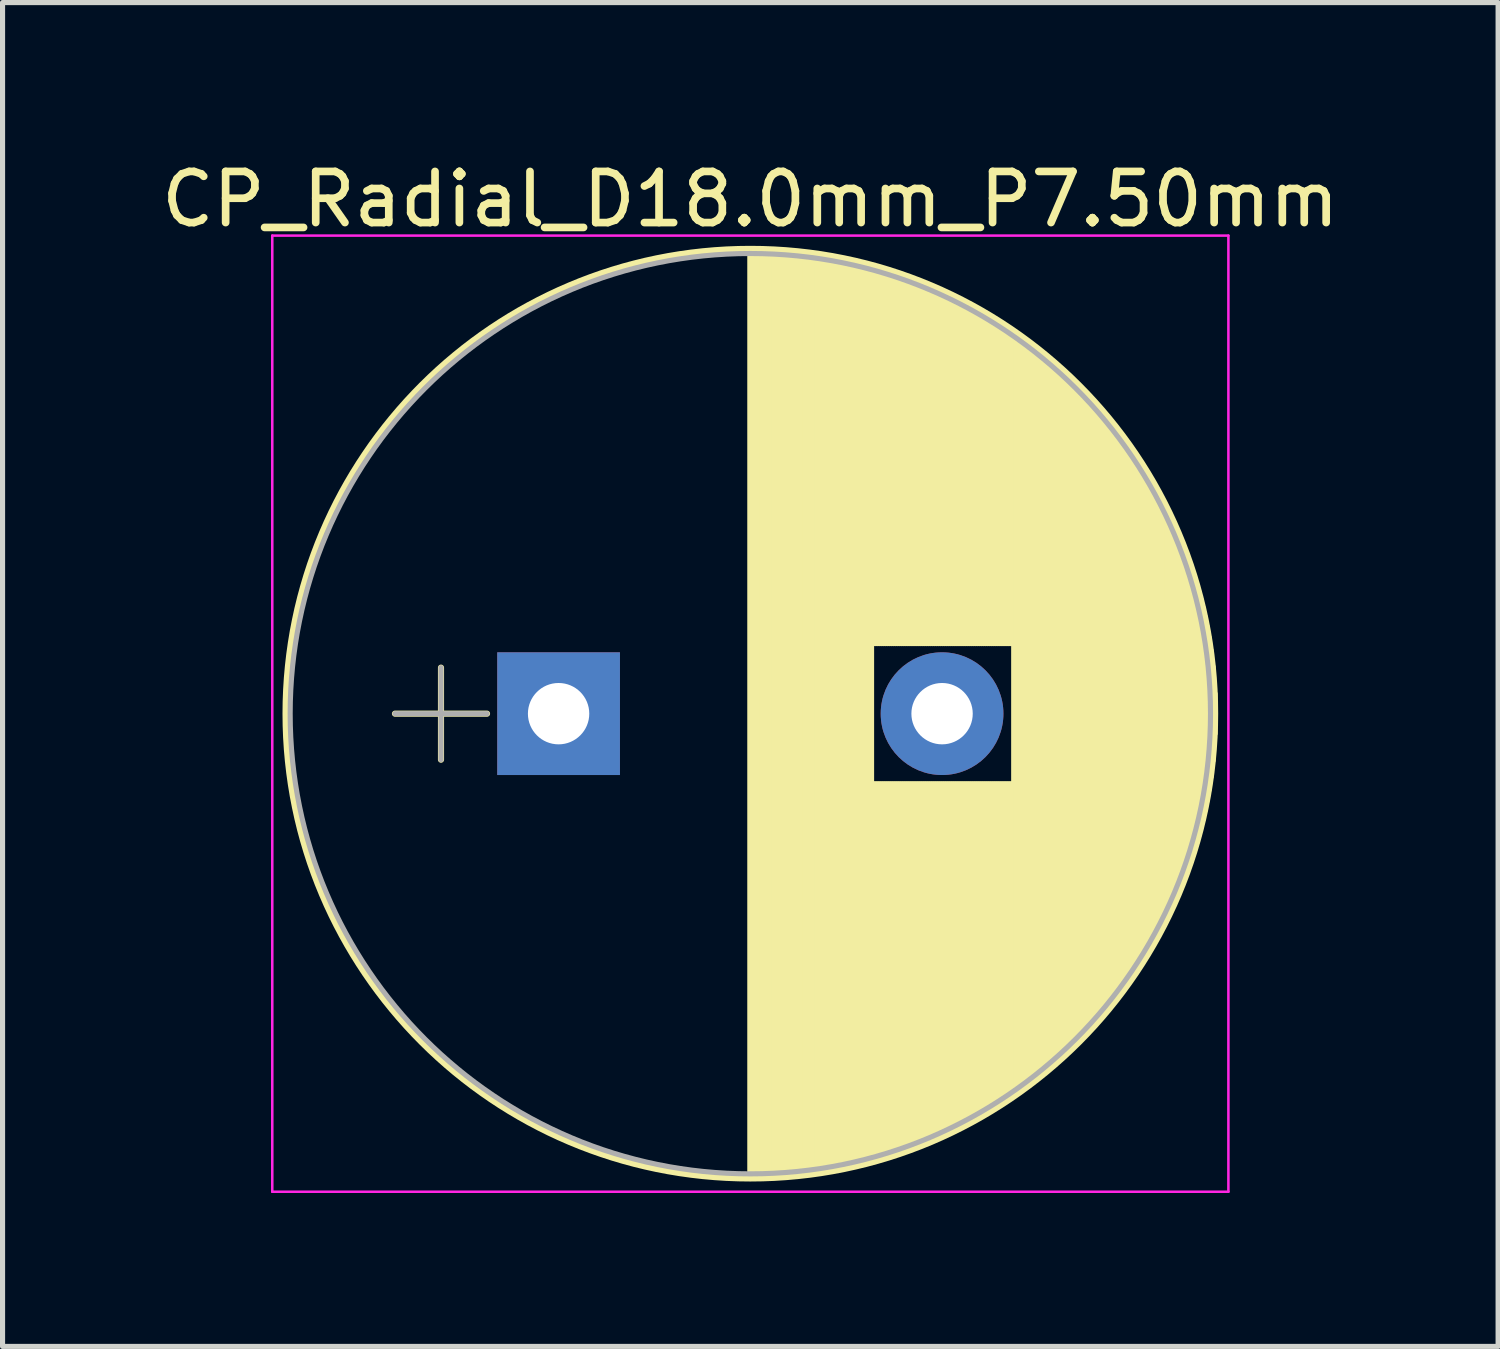
<source format=kicad_pcb>
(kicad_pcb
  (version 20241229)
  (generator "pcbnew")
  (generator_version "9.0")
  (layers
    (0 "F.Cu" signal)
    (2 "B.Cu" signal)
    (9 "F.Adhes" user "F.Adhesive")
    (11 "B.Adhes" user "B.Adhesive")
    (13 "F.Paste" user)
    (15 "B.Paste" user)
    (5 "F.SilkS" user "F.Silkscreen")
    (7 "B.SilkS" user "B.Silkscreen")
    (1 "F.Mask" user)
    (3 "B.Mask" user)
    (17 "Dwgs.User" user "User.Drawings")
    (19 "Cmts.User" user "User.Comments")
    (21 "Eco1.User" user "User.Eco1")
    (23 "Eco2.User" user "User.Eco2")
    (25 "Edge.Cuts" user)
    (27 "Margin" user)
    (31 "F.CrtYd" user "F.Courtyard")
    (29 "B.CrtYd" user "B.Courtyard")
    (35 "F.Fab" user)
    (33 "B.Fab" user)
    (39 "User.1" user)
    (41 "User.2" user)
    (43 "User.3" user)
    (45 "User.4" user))
  (footprint "CP_Radial_D18.0mm_P7.50mm"
    (layer "F.Cu")
    (at 7.875 10.908)
    (property "Reference" "CP_Radial_D18.0mm_P7.50mm" (at 3.75 -10.06 0) (layer "F.SilkS") (effects (font (size 1 1) (thickness 0.15))))
    (attr through_hole)
    (fp_line (start -3.2 0) (end -1.4 0) (stroke (width 0.12) (type solid)) (layer "F.SilkS"))
    (fp_line (start -2.3 -0.9) (end -2.3 0.9) (stroke (width 0.12) (type solid)) (layer "F.SilkS"))
    (fp_line (start 3.75 -9.05) (end 3.75 9.05) (stroke (width 0.12) (type solid)) (layer "F.SilkS"))
    (fp_line (start 3.79 -9.05) (end 3.79 9.05) (stroke (width 0.12) (type solid)) (layer "F.SilkS"))
    (fp_line (start 3.83 -9.05) (end 3.83 9.05) (stroke (width 0.12) (type solid)) (layer "F.SilkS"))
    (fp_line (start 3.87 -9.05) (end 3.87 9.05) (stroke (width 0.12) (type solid)) (layer "F.SilkS"))
    (fp_line (start 3.91 -9.049) (end 3.91 9.049) (stroke (width 0.12) (type solid)) (layer "F.SilkS"))
    (fp_line (start 3.95 -9.048) (end 3.95 9.048) (stroke (width 0.12) (type solid)) (layer "F.SilkS"))
    (fp_line (start 3.99 -9.047) (end 3.99 9.047) (stroke (width 0.12) (type solid)) (layer "F.SilkS"))
    (fp_line (start 4.03 -9.046) (end 4.03 9.046) (stroke (width 0.12) (type solid)) (layer "F.SilkS"))
    (fp_line (start 4.07 -9.045) (end 4.07 9.045) (stroke (width 0.12) (type solid)) (layer "F.SilkS"))
    (fp_line (start 4.11 -9.043) (end 4.11 9.043) (stroke (width 0.12) (type solid)) (layer "F.SilkS"))
    (fp_line (start 4.15 -9.042) (end 4.15 9.042) (stroke (width 0.12) (type solid)) (layer "F.SilkS"))
    (fp_line (start 4.19 -9.04) (end 4.19 9.04) (stroke (width 0.12) (type solid)) (layer "F.SilkS"))
    (fp_line (start 4.23 -9.038) (end 4.23 9.038) (stroke (width 0.12) (type solid)) (layer "F.SilkS"))
    (fp_line (start 4.27 -9.036) (end 4.27 9.036) (stroke (width 0.12) (type solid)) (layer "F.SilkS"))
    (fp_line (start 4.31 -9.033) (end 4.31 9.033) (stroke (width 0.12) (type solid)) (layer "F.SilkS"))
    (fp_line (start 4.35 -9.031) (end 4.35 9.031) (stroke (width 0.12) (type solid)) (layer "F.SilkS"))
    (fp_line (start 4.39 -9.028) (end 4.39 9.028) (stroke (width 0.12) (type solid)) (layer "F.SilkS"))
    (fp_line (start 4.43 -9.025) (end 4.43 9.025) (stroke (width 0.12) (type solid)) (layer "F.SilkS"))
    (fp_line (start 4.471 -9.022) (end 4.471 9.022) (stroke (width 0.12) (type solid)) (layer "F.SilkS"))
    (fp_line (start 4.511 -9.019) (end 4.511 9.019) (stroke (width 0.12) (type solid)) (layer "F.SilkS"))
    (fp_line (start 4.551 -9.015) (end 4.551 9.015) (stroke (width 0.12) (type solid)) (layer "F.SilkS"))
    (fp_line (start 4.591 -9.012) (end 4.591 9.012) (stroke (width 0.12) (type solid)) (layer "F.SilkS"))
    (fp_line (start 4.631 -9.008) (end 4.631 9.008) (stroke (width 0.12) (type solid)) (layer "F.SilkS"))
    (fp_line (start 4.671 -9.004) (end 4.671 9.004) (stroke (width 0.12) (type solid)) (layer "F.SilkS"))
    (fp_line (start 4.711 -9) (end 4.711 9) (stroke (width 0.12) (type solid)) (layer "F.SilkS"))
    (fp_line (start 4.751 -8.995) (end 4.751 8.995) (stroke (width 0.12) (type solid)) (layer "F.SilkS"))
    (fp_line (start 4.791 -8.991) (end 4.791 8.991) (stroke (width 0.12) (type solid)) (layer "F.SilkS"))
    (fp_line (start 4.831 -8.986) (end 4.831 8.986) (stroke (width 0.12) (type solid)) (layer "F.SilkS"))
    (fp_line (start 4.871 -8.981) (end 4.871 8.981) (stroke (width 0.12) (type solid)) (layer "F.SilkS"))
    (fp_line (start 4.911 -8.976) (end 4.911 8.976) (stroke (width 0.12) (type solid)) (layer "F.SilkS"))
    (fp_line (start 4.951 -8.971) (end 4.951 8.971) (stroke (width 0.12) (type solid)) (layer "F.SilkS"))
    (fp_line (start 4.991 -8.966) (end 4.991 8.966) (stroke (width 0.12) (type solid)) (layer "F.SilkS"))
    (fp_line (start 5.031 -8.96) (end 5.031 8.96) (stroke (width 0.12) (type solid)) (layer "F.SilkS"))
    (fp_line (start 5.071 -8.954) (end 5.071 8.954) (stroke (width 0.12) (type solid)) (layer "F.SilkS"))
    (fp_line (start 5.111 -8.948) (end 5.111 8.948) (stroke (width 0.12) (type solid)) (layer "F.SilkS"))
    (fp_line (start 5.151 -8.942) (end 5.151 8.942) (stroke (width 0.12) (type solid)) (layer "F.SilkS"))
    (fp_line (start 5.191 -8.936) (end 5.191 8.936) (stroke (width 0.12) (type solid)) (layer "F.SilkS"))
    (fp_line (start 5.231 -8.929) (end 5.231 8.929) (stroke (width 0.12) (type solid)) (layer "F.SilkS"))
    (fp_line (start 5.271 -8.923) (end 5.271 8.923) (stroke (width 0.12) (type solid)) (layer "F.SilkS"))
    (fp_line (start 5.311 -8.916) (end 5.311 8.916) (stroke (width 0.12) (type solid)) (layer "F.SilkS"))
    (fp_line (start 5.351 -8.909) (end 5.351 8.909) (stroke (width 0.12) (type solid)) (layer "F.SilkS"))
    (fp_line (start 5.391 -8.901) (end 5.391 8.901) (stroke (width 0.12) (type solid)) (layer "F.SilkS"))
    (fp_line (start 5.431 -8.894) (end 5.431 8.894) (stroke (width 0.12) (type solid)) (layer "F.SilkS"))
    (fp_line (start 5.471 -8.886) (end 5.471 8.886) (stroke (width 0.12) (type solid)) (layer "F.SilkS"))
    (fp_line (start 5.511 -8.878) (end 5.511 8.878) (stroke (width 0.12) (type solid)) (layer "F.SilkS"))
    (fp_line (start 5.551 -8.87) (end 5.551 8.87) (stroke (width 0.12) (type solid)) (layer "F.SilkS"))
    (fp_line (start 5.591 -8.862) (end 5.591 8.862) (stroke (width 0.12) (type solid)) (layer "F.SilkS"))
    (fp_line (start 5.631 -8.854) (end 5.631 8.854) (stroke (width 0.12) (type solid)) (layer "F.SilkS"))
    (fp_line (start 5.671 -8.845) (end 5.671 8.845) (stroke (width 0.12) (type solid)) (layer "F.SilkS"))
    (fp_line (start 5.711 -8.837) (end 5.711 8.837) (stroke (width 0.12) (type solid)) (layer "F.SilkS"))
    (fp_line (start 5.751 -8.828) (end 5.751 8.828) (stroke (width 0.12) (type solid)) (layer "F.SilkS"))
    (fp_line (start 5.791 -8.819) (end 5.791 8.819) (stroke (width 0.12) (type solid)) (layer "F.SilkS"))
    (fp_line (start 5.831 -8.809) (end 5.831 8.809) (stroke (width 0.12) (type solid)) (layer "F.SilkS"))
    (fp_line (start 5.871 -8.8) (end 5.871 8.8) (stroke (width 0.12) (type solid)) (layer "F.SilkS"))
    (fp_line (start 5.911 -8.79) (end 5.911 8.79) (stroke (width 0.12) (type solid)) (layer "F.SilkS"))
    (fp_line (start 5.951 -8.78) (end 5.951 8.78) (stroke (width 0.12) (type solid)) (layer "F.SilkS"))
    (fp_line (start 5.991 -8.77) (end 5.991 8.77) (stroke (width 0.12) (type solid)) (layer "F.SilkS"))
    (fp_line (start 6.031 -8.76) (end 6.031 8.76) (stroke (width 0.12) (type solid)) (layer "F.SilkS"))
    (fp_line (start 6.071 -8.749) (end 6.071 8.749) (stroke (width 0.12) (type solid)) (layer "F.SilkS"))
    (fp_line (start 6.111 -8.739) (end 6.111 8.739) (stroke (width 0.12) (type solid)) (layer "F.SilkS"))
    (fp_line (start 6.151 -8.728) (end 6.151 -1.38) (stroke (width 0.12) (type solid)) (layer "F.SilkS"))
    (fp_line (start 6.151 1.38) (end 6.151 8.728) (stroke (width 0.12) (type solid)) (layer "F.SilkS"))
    (fp_line (start 6.191 -8.717) (end 6.191 -1.38) (stroke (width 0.12) (type solid)) (layer "F.SilkS"))
    (fp_line (start 6.191 1.38) (end 6.191 8.717) (stroke (width 0.12) (type solid)) (layer "F.SilkS"))
    (fp_line (start 6.231 -8.706) (end 6.231 -1.38) (stroke (width 0.12) (type solid)) (layer "F.SilkS"))
    (fp_line (start 6.231 1.38) (end 6.231 8.706) (stroke (width 0.12) (type solid)) (layer "F.SilkS"))
    (fp_line (start 6.271 -8.694) (end 6.271 -1.38) (stroke (width 0.12) (type solid)) (layer "F.SilkS"))
    (fp_line (start 6.271 1.38) (end 6.271 8.694) (stroke (width 0.12) (type solid)) (layer "F.SilkS"))
    (fp_line (start 6.311 -8.683) (end 6.311 -1.38) (stroke (width 0.12) (type solid)) (layer "F.SilkS"))
    (fp_line (start 6.311 1.38) (end 6.311 8.683) (stroke (width 0.12) (type solid)) (layer "F.SilkS"))
    (fp_line (start 6.351 -8.671) (end 6.351 -1.38) (stroke (width 0.12) (type solid)) (layer "F.SilkS"))
    (fp_line (start 6.351 1.38) (end 6.351 8.671) (stroke (width 0.12) (type solid)) (layer "F.SilkS"))
    (fp_line (start 6.391 -8.659) (end 6.391 -1.38) (stroke (width 0.12) (type solid)) (layer "F.SilkS"))
    (fp_line (start 6.391 1.38) (end 6.391 8.659) (stroke (width 0.12) (type solid)) (layer "F.SilkS"))
    (fp_line (start 6.431 -8.646) (end 6.431 -1.38) (stroke (width 0.12) (type solid)) (layer "F.SilkS"))
    (fp_line (start 6.431 1.38) (end 6.431 8.646) (stroke (width 0.12) (type solid)) (layer "F.SilkS"))
    (fp_line (start 6.471 -8.634) (end 6.471 -1.38) (stroke (width 0.12) (type solid)) (layer "F.SilkS"))
    (fp_line (start 6.471 1.38) (end 6.471 8.634) (stroke (width 0.12) (type solid)) (layer "F.SilkS"))
    (fp_line (start 6.511 -8.621) (end 6.511 -1.38) (stroke (width 0.12) (type solid)) (layer "F.SilkS"))
    (fp_line (start 6.511 1.38) (end 6.511 8.621) (stroke (width 0.12) (type solid)) (layer "F.SilkS"))
    (fp_line (start 6.551 -8.609) (end 6.551 -1.38) (stroke (width 0.12) (type solid)) (layer "F.SilkS"))
    (fp_line (start 6.551 1.38) (end 6.551 8.609) (stroke (width 0.12) (type solid)) (layer "F.SilkS"))
    (fp_line (start 6.591 -8.595) (end 6.591 -1.38) (stroke (width 0.12) (type solid)) (layer "F.SilkS"))
    (fp_line (start 6.591 1.38) (end 6.591 8.595) (stroke (width 0.12) (type solid)) (layer "F.SilkS"))
    (fp_line (start 6.631 -8.582) (end 6.631 -1.38) (stroke (width 0.12) (type solid)) (layer "F.SilkS"))
    (fp_line (start 6.631 1.38) (end 6.631 8.582) (stroke (width 0.12) (type solid)) (layer "F.SilkS"))
    (fp_line (start 6.671 -8.569) (end 6.671 -1.38) (stroke (width 0.12) (type solid)) (layer "F.SilkS"))
    (fp_line (start 6.671 1.38) (end 6.671 8.569) (stroke (width 0.12) (type solid)) (layer "F.SilkS"))
    (fp_line (start 6.711 -8.555) (end 6.711 -1.38) (stroke (width 0.12) (type solid)) (layer "F.SilkS"))
    (fp_line (start 6.711 1.38) (end 6.711 8.555) (stroke (width 0.12) (type solid)) (layer "F.SilkS"))
    (fp_line (start 6.751 -8.541) (end 6.751 -1.38) (stroke (width 0.12) (type solid)) (layer "F.SilkS"))
    (fp_line (start 6.751 1.38) (end 6.751 8.541) (stroke (width 0.12) (type solid)) (layer "F.SilkS"))
    (fp_line (start 6.791 -8.527) (end 6.791 -1.38) (stroke (width 0.12) (type solid)) (layer "F.SilkS"))
    (fp_line (start 6.791 1.38) (end 6.791 8.527) (stroke (width 0.12) (type solid)) (layer "F.SilkS"))
    (fp_line (start 6.831 -8.513) (end 6.831 -1.38) (stroke (width 0.12) (type solid)) (layer "F.SilkS"))
    (fp_line (start 6.831 1.38) (end 6.831 8.513) (stroke (width 0.12) (type solid)) (layer "F.SilkS"))
    (fp_line (start 6.871 -8.498) (end 6.871 -1.38) (stroke (width 0.12) (type solid)) (layer "F.SilkS"))
    (fp_line (start 6.871 1.38) (end 6.871 8.498) (stroke (width 0.12) (type solid)) (layer "F.SilkS"))
    (fp_line (start 6.911 -8.484) (end 6.911 -1.38) (stroke (width 0.12) (type solid)) (layer "F.SilkS"))
    (fp_line (start 6.911 1.38) (end 6.911 8.484) (stroke (width 0.12) (type solid)) (layer "F.SilkS"))
    (fp_line (start 6.951 -8.469) (end 6.951 -1.38) (stroke (width 0.12) (type solid)) (layer "F.SilkS"))
    (fp_line (start 6.951 1.38) (end 6.951 8.469) (stroke (width 0.12) (type solid)) (layer "F.SilkS"))
    (fp_line (start 6.991 -8.453) (end 6.991 -1.38) (stroke (width 0.12) (type solid)) (layer "F.SilkS"))
    (fp_line (start 6.991 1.38) (end 6.991 8.453) (stroke (width 0.12) (type solid)) (layer "F.SilkS"))
    (fp_line (start 7.031 -8.438) (end 7.031 -1.38) (stroke (width 0.12) (type solid)) (layer "F.SilkS"))
    (fp_line (start 7.031 1.38) (end 7.031 8.438) (stroke (width 0.12) (type solid)) (layer "F.SilkS"))
    (fp_line (start 7.071 -8.423) (end 7.071 -1.38) (stroke (width 0.12) (type solid)) (layer "F.SilkS"))
    (fp_line (start 7.071 1.38) (end 7.071 8.423) (stroke (width 0.12) (type solid)) (layer "F.SilkS"))
    (fp_line (start 7.111 -8.407) (end 7.111 -1.38) (stroke (width 0.12) (type solid)) (layer "F.SilkS"))
    (fp_line (start 7.111 1.38) (end 7.111 8.407) (stroke (width 0.12) (type solid)) (layer "F.SilkS"))
    (fp_line (start 7.151 -8.391) (end 7.151 -1.38) (stroke (width 0.12) (type solid)) (layer "F.SilkS"))
    (fp_line (start 7.151 1.38) (end 7.151 8.391) (stroke (width 0.12) (type solid)) (layer "F.SilkS"))
    (fp_line (start 7.191 -8.374) (end 7.191 -1.38) (stroke (width 0.12) (type solid)) (layer "F.SilkS"))
    (fp_line (start 7.191 1.38) (end 7.191 8.374) (stroke (width 0.12) (type solid)) (layer "F.SilkS"))
    (fp_line (start 7.231 -8.358) (end 7.231 -1.38) (stroke (width 0.12) (type solid)) (layer "F.SilkS"))
    (fp_line (start 7.231 1.38) (end 7.231 8.358) (stroke (width 0.12) (type solid)) (layer "F.SilkS"))
    (fp_line (start 7.271 -8.341) (end 7.271 -1.38) (stroke (width 0.12) (type solid)) (layer "F.SilkS"))
    (fp_line (start 7.271 1.38) (end 7.271 8.341) (stroke (width 0.12) (type solid)) (layer "F.SilkS"))
    (fp_line (start 7.311 -8.324) (end 7.311 -1.38) (stroke (width 0.12) (type solid)) (layer "F.SilkS"))
    (fp_line (start 7.311 1.38) (end 7.311 8.324) (stroke (width 0.12) (type solid)) (layer "F.SilkS"))
    (fp_line (start 7.351 -8.307) (end 7.351 -1.38) (stroke (width 0.12) (type solid)) (layer "F.SilkS"))
    (fp_line (start 7.351 1.38) (end 7.351 8.307) (stroke (width 0.12) (type solid)) (layer "F.SilkS"))
    (fp_line (start 7.391 -8.29) (end 7.391 -1.38) (stroke (width 0.12) (type solid)) (layer "F.SilkS"))
    (fp_line (start 7.391 1.38) (end 7.391 8.29) (stroke (width 0.12) (type solid)) (layer "F.SilkS"))
    (fp_line (start 7.431 -8.272) (end 7.431 -1.38) (stroke (width 0.12) (type solid)) (layer "F.SilkS"))
    (fp_line (start 7.431 1.38) (end 7.431 8.272) (stroke (width 0.12) (type solid)) (layer "F.SilkS"))
    (fp_line (start 7.471 -8.254) (end 7.471 -1.38) (stroke (width 0.12) (type solid)) (layer "F.SilkS"))
    (fp_line (start 7.471 1.38) (end 7.471 8.254) (stroke (width 0.12) (type solid)) (layer "F.SilkS"))
    (fp_line (start 7.511 -8.236) (end 7.511 -1.38) (stroke (width 0.12) (type solid)) (layer "F.SilkS"))
    (fp_line (start 7.511 1.38) (end 7.511 8.236) (stroke (width 0.12) (type solid)) (layer "F.SilkS"))
    (fp_line (start 7.551 -8.218) (end 7.551 -1.38) (stroke (width 0.12) (type solid)) (layer "F.SilkS"))
    (fp_line (start 7.551 1.38) (end 7.551 8.218) (stroke (width 0.12) (type solid)) (layer "F.SilkS"))
    (fp_line (start 7.591 -8.2) (end 7.591 -1.38) (stroke (width 0.12) (type solid)) (layer "F.SilkS"))
    (fp_line (start 7.591 1.38) (end 7.591 8.2) (stroke (width 0.12) (type solid)) (layer "F.SilkS"))
    (fp_line (start 7.631 -8.181) (end 7.631 -1.38) (stroke (width 0.12) (type solid)) (layer "F.SilkS"))
    (fp_line (start 7.631 1.38) (end 7.631 8.181) (stroke (width 0.12) (type solid)) (layer "F.SilkS"))
    (fp_line (start 7.671 -8.162) (end 7.671 -1.38) (stroke (width 0.12) (type solid)) (layer "F.SilkS"))
    (fp_line (start 7.671 1.38) (end 7.671 8.162) (stroke (width 0.12) (type solid)) (layer "F.SilkS"))
    (fp_line (start 7.711 -8.143) (end 7.711 -1.38) (stroke (width 0.12) (type solid)) (layer "F.SilkS"))
    (fp_line (start 7.711 1.38) (end 7.711 8.143) (stroke (width 0.12) (type solid)) (layer "F.SilkS"))
    (fp_line (start 7.751 -8.123) (end 7.751 -1.38) (stroke (width 0.12) (type solid)) (layer "F.SilkS"))
    (fp_line (start 7.751 1.38) (end 7.751 8.123) (stroke (width 0.12) (type solid)) (layer "F.SilkS"))
    (fp_line (start 7.791 -8.103) (end 7.791 -1.38) (stroke (width 0.12) (type solid)) (layer "F.SilkS"))
    (fp_line (start 7.791 1.38) (end 7.791 8.103) (stroke (width 0.12) (type solid)) (layer "F.SilkS"))
    (fp_line (start 7.831 -8.083) (end 7.831 -1.38) (stroke (width 0.12) (type solid)) (layer "F.SilkS"))
    (fp_line (start 7.831 1.38) (end 7.831 8.083) (stroke (width 0.12) (type solid)) (layer "F.SilkS"))
    (fp_line (start 7.871 -8.063) (end 7.871 -1.38) (stroke (width 0.12) (type solid)) (layer "F.SilkS"))
    (fp_line (start 7.871 1.38) (end 7.871 8.063) (stroke (width 0.12) (type solid)) (layer "F.SilkS"))
    (fp_line (start 7.911 -8.043) (end 7.911 -1.38) (stroke (width 0.12) (type solid)) (layer "F.SilkS"))
    (fp_line (start 7.911 1.38) (end 7.911 8.043) (stroke (width 0.12) (type solid)) (layer "F.SilkS"))
    (fp_line (start 7.951 -8.022) (end 7.951 -1.38) (stroke (width 0.12) (type solid)) (layer "F.SilkS"))
    (fp_line (start 7.951 1.38) (end 7.951 8.022) (stroke (width 0.12) (type solid)) (layer "F.SilkS"))
    (fp_line (start 7.991 -8.001) (end 7.991 -1.38) (stroke (width 0.12) (type solid)) (layer "F.SilkS"))
    (fp_line (start 7.991 1.38) (end 7.991 8.001) (stroke (width 0.12) (type solid)) (layer "F.SilkS"))
    (fp_line (start 8.031 -7.98) (end 8.031 -1.38) (stroke (width 0.12) (type solid)) (layer "F.SilkS"))
    (fp_line (start 8.031 1.38) (end 8.031 7.98) (stroke (width 0.12) (type solid)) (layer "F.SilkS"))
    (fp_line (start 8.071 -7.958) (end 8.071 -1.38) (stroke (width 0.12) (type solid)) (layer "F.SilkS"))
    (fp_line (start 8.071 1.38) (end 8.071 7.958) (stroke (width 0.12) (type solid)) (layer "F.SilkS"))
    (fp_line (start 8.111 -7.937) (end 8.111 -1.38) (stroke (width 0.12) (type solid)) (layer "F.SilkS"))
    (fp_line (start 8.111 1.38) (end 8.111 7.937) (stroke (width 0.12) (type solid)) (layer "F.SilkS"))
    (fp_line (start 8.151 -7.915) (end 8.151 -1.38) (stroke (width 0.12) (type solid)) (layer "F.SilkS"))
    (fp_line (start 8.151 1.38) (end 8.151 7.915) (stroke (width 0.12) (type solid)) (layer "F.SilkS"))
    (fp_line (start 8.191 -7.892) (end 8.191 -1.38) (stroke (width 0.12) (type solid)) (layer "F.SilkS"))
    (fp_line (start 8.191 1.38) (end 8.191 7.892) (stroke (width 0.12) (type solid)) (layer "F.SilkS"))
    (fp_line (start 8.231 -7.87) (end 8.231 -1.38) (stroke (width 0.12) (type solid)) (layer "F.SilkS"))
    (fp_line (start 8.231 1.38) (end 8.231 7.87) (stroke (width 0.12) (type solid)) (layer "F.SilkS"))
    (fp_line (start 8.271 -7.847) (end 8.271 -1.38) (stroke (width 0.12) (type solid)) (layer "F.SilkS"))
    (fp_line (start 8.271 1.38) (end 8.271 7.847) (stroke (width 0.12) (type solid)) (layer "F.SilkS"))
    (fp_line (start 8.311 -7.824) (end 8.311 -1.38) (stroke (width 0.12) (type solid)) (layer "F.SilkS"))
    (fp_line (start 8.311 1.38) (end 8.311 7.824) (stroke (width 0.12) (type solid)) (layer "F.SilkS"))
    (fp_line (start 8.351 -7.801) (end 8.351 -1.38) (stroke (width 0.12) (type solid)) (layer "F.SilkS"))
    (fp_line (start 8.351 1.38) (end 8.351 7.801) (stroke (width 0.12) (type solid)) (layer "F.SilkS"))
    (fp_line (start 8.391 -7.777) (end 8.391 -1.38) (stroke (width 0.12) (type solid)) (layer "F.SilkS"))
    (fp_line (start 8.391 1.38) (end 8.391 7.777) (stroke (width 0.12) (type solid)) (layer "F.SilkS"))
    (fp_line (start 8.431 -7.753) (end 8.431 -1.38) (stroke (width 0.12) (type solid)) (layer "F.SilkS"))
    (fp_line (start 8.431 1.38) (end 8.431 7.753) (stroke (width 0.12) (type solid)) (layer "F.SilkS"))
    (fp_line (start 8.471 -7.729) (end 8.471 -1.38) (stroke (width 0.12) (type solid)) (layer "F.SilkS"))
    (fp_line (start 8.471 1.38) (end 8.471 7.729) (stroke (width 0.12) (type solid)) (layer "F.SilkS"))
    (fp_line (start 8.511 -7.705) (end 8.511 -1.38) (stroke (width 0.12) (type solid)) (layer "F.SilkS"))
    (fp_line (start 8.511 1.38) (end 8.511 7.705) (stroke (width 0.12) (type solid)) (layer "F.SilkS"))
    (fp_line (start 8.551 -7.68) (end 8.551 -1.38) (stroke (width 0.12) (type solid)) (layer "F.SilkS"))
    (fp_line (start 8.551 1.38) (end 8.551 7.68) (stroke (width 0.12) (type solid)) (layer "F.SilkS"))
    (fp_line (start 8.591 -7.655) (end 8.591 -1.38) (stroke (width 0.12) (type solid)) (layer "F.SilkS"))
    (fp_line (start 8.591 1.38) (end 8.591 7.655) (stroke (width 0.12) (type solid)) (layer "F.SilkS"))
    (fp_line (start 8.631 -7.63) (end 8.631 -1.38) (stroke (width 0.12) (type solid)) (layer "F.SilkS"))
    (fp_line (start 8.631 1.38) (end 8.631 7.63) (stroke (width 0.12) (type solid)) (layer "F.SilkS"))
    (fp_line (start 8.671 -7.604) (end 8.671 -1.38) (stroke (width 0.12) (type solid)) (layer "F.SilkS"))
    (fp_line (start 8.671 1.38) (end 8.671 7.604) (stroke (width 0.12) (type solid)) (layer "F.SilkS"))
    (fp_line (start 8.711 -7.578) (end 8.711 -1.38) (stroke (width 0.12) (type solid)) (layer "F.SilkS"))
    (fp_line (start 8.711 1.38) (end 8.711 7.578) (stroke (width 0.12) (type solid)) (layer "F.SilkS"))
    (fp_line (start 8.751 -7.552) (end 8.751 -1.38) (stroke (width 0.12) (type solid)) (layer "F.SilkS"))
    (fp_line (start 8.751 1.38) (end 8.751 7.552) (stroke (width 0.12) (type solid)) (layer "F.SilkS"))
    (fp_line (start 8.791 -7.525) (end 8.791 -1.38) (stroke (width 0.12) (type solid)) (layer "F.SilkS"))
    (fp_line (start 8.791 1.38) (end 8.791 7.525) (stroke (width 0.12) (type solid)) (layer "F.SilkS"))
    (fp_line (start 8.831 -7.499) (end 8.831 -1.38) (stroke (width 0.12) (type solid)) (layer "F.SilkS"))
    (fp_line (start 8.831 1.38) (end 8.831 7.499) (stroke (width 0.12) (type solid)) (layer "F.SilkS"))
    (fp_line (start 8.871 -7.471) (end 8.871 -1.38) (stroke (width 0.12) (type solid)) (layer "F.SilkS"))
    (fp_line (start 8.871 1.38) (end 8.871 7.471) (stroke (width 0.12) (type solid)) (layer "F.SilkS"))
    (fp_line (start 8.911 -7.444) (end 8.911 7.444) (stroke (width 0.12) (type solid)) (layer "F.SilkS"))
    (fp_line (start 8.951 -7.416) (end 8.951 7.416) (stroke (width 0.12) (type solid)) (layer "F.SilkS"))
    (fp_line (start 8.991 -7.388) (end 8.991 7.388) (stroke (width 0.12) (type solid)) (layer "F.SilkS"))
    (fp_line (start 9.031 -7.36) (end 9.031 7.36) (stroke (width 0.12) (type solid)) (layer "F.SilkS"))
    (fp_line (start 9.071 -7.331) (end 9.071 7.331) (stroke (width 0.12) (type solid)) (layer "F.SilkS"))
    (fp_line (start 9.111 -7.302) (end 9.111 7.302) (stroke (width 0.12) (type solid)) (layer "F.SilkS"))
    (fp_line (start 9.151 -7.273) (end 9.151 7.273) (stroke (width 0.12) (type solid)) (layer "F.SilkS"))
    (fp_line (start 9.191 -7.243) (end 9.191 7.243) (stroke (width 0.12) (type solid)) (layer "F.SilkS"))
    (fp_line (start 9.231 -7.213) (end 9.231 7.213) (stroke (width 0.12) (type solid)) (layer "F.SilkS"))
    (fp_line (start 9.271 -7.183) (end 9.271 7.183) (stroke (width 0.12) (type solid)) (layer "F.SilkS"))
    (fp_line (start 9.311 -7.152) (end 9.311 7.152) (stroke (width 0.12) (type solid)) (layer "F.SilkS"))
    (fp_line (start 9.351 -7.121) (end 9.351 7.121) (stroke (width 0.12) (type solid)) (layer "F.SilkS"))
    (fp_line (start 9.391 -7.089) (end 9.391 7.089) (stroke (width 0.12) (type solid)) (layer "F.SilkS"))
    (fp_line (start 9.431 -7.057) (end 9.431 7.057) (stroke (width 0.12) (type solid)) (layer "F.SilkS"))
    (fp_line (start 9.471 -7.025) (end 9.471 7.025) (stroke (width 0.12) (type solid)) (layer "F.SilkS"))
    (fp_line (start 9.511 -6.993) (end 9.511 6.993) (stroke (width 0.12) (type solid)) (layer "F.SilkS"))
    (fp_line (start 9.551 -6.96) (end 9.551 6.96) (stroke (width 0.12) (type solid)) (layer "F.SilkS"))
    (fp_line (start 9.591 -6.926) (end 9.591 6.926) (stroke (width 0.12) (type solid)) (layer "F.SilkS"))
    (fp_line (start 9.631 -6.893) (end 9.631 6.893) (stroke (width 0.12) (type solid)) (layer "F.SilkS"))
    (fp_line (start 9.671 -6.858) (end 9.671 6.858) (stroke (width 0.12) (type solid)) (layer "F.SilkS"))
    (fp_line (start 9.711 -6.824) (end 9.711 6.824) (stroke (width 0.12) (type solid)) (layer "F.SilkS"))
    (fp_line (start 9.751 -6.789) (end 9.751 6.789) (stroke (width 0.12) (type solid)) (layer "F.SilkS"))
    (fp_line (start 9.791 -6.754) (end 9.791 6.754) (stroke (width 0.12) (type solid)) (layer "F.SilkS"))
    (fp_line (start 9.831 -6.718) (end 9.831 6.718) (stroke (width 0.12) (type solid)) (layer "F.SilkS"))
    (fp_line (start 9.871 -6.682) (end 9.871 6.682) (stroke (width 0.12) (type solid)) (layer "F.SilkS"))
    (fp_line (start 9.911 -6.645) (end 9.911 6.645) (stroke (width 0.12) (type solid)) (layer "F.SilkS"))
    (fp_line (start 9.951 -6.608) (end 9.951 6.608) (stroke (width 0.12) (type solid)) (layer "F.SilkS"))
    (fp_line (start 9.991 -6.57) (end 9.991 6.57) (stroke (width 0.12) (type solid)) (layer "F.SilkS"))
    (fp_line (start 10.031 -6.532) (end 10.031 6.532) (stroke (width 0.12) (type solid)) (layer "F.SilkS"))
    (fp_line (start 10.071 -6.494) (end 10.071 6.494) (stroke (width 0.12) (type solid)) (layer "F.SilkS"))
    (fp_line (start 10.111 -6.455) (end 10.111 6.455) (stroke (width 0.12) (type solid)) (layer "F.SilkS"))
    (fp_line (start 10.151 -6.416) (end 10.151 6.416) (stroke (width 0.12) (type solid)) (layer "F.SilkS"))
    (fp_line (start 10.191 -6.376) (end 10.191 6.376) (stroke (width 0.12) (type solid)) (layer "F.SilkS"))
    (fp_line (start 10.231 -6.335) (end 10.231 6.335) (stroke (width 0.12) (type solid)) (layer "F.SilkS"))
    (fp_line (start 10.271 -6.294) (end 10.271 6.294) (stroke (width 0.12) (type solid)) (layer "F.SilkS"))
    (fp_line (start 10.311 -6.253) (end 10.311 6.253) (stroke (width 0.12) (type solid)) (layer "F.SilkS"))
    (fp_line (start 10.351 -6.211) (end 10.351 6.211) (stroke (width 0.12) (type solid)) (layer "F.SilkS"))
    (fp_line (start 10.391 -6.168) (end 10.391 6.168) (stroke (width 0.12) (type solid)) (layer "F.SilkS"))
    (fp_line (start 10.431 -6.125) (end 10.431 6.125) (stroke (width 0.12) (type solid)) (layer "F.SilkS"))
    (fp_line (start 10.471 -6.082) (end 10.471 6.082) (stroke (width 0.12) (type solid)) (layer "F.SilkS"))
    (fp_line (start 10.511 -6.038) (end 10.511 6.038) (stroke (width 0.12) (type solid)) (layer "F.SilkS"))
    (fp_line (start 10.551 -5.993) (end 10.551 5.993) (stroke (width 0.12) (type solid)) (layer "F.SilkS"))
    (fp_line (start 10.591 -5.947) (end 10.591 5.947) (stroke (width 0.12) (type solid)) (layer "F.SilkS"))
    (fp_line (start 10.631 -5.901) (end 10.631 5.901) (stroke (width 0.12) (type solid)) (layer "F.SilkS"))
    (fp_line (start 10.671 -5.855) (end 10.671 5.855) (stroke (width 0.12) (type solid)) (layer "F.SilkS"))
    (fp_line (start 10.711 -5.807) (end 10.711 5.807) (stroke (width 0.12) (type solid)) (layer "F.SilkS"))
    (fp_line (start 10.751 -5.759) (end 10.751 5.759) (stroke (width 0.12) (type solid)) (layer "F.SilkS"))
    (fp_line (start 10.791 -5.711) (end 10.791 5.711) (stroke (width 0.12) (type solid)) (layer "F.SilkS"))
    (fp_line (start 10.831 -5.662) (end 10.831 5.662) (stroke (width 0.12) (type solid)) (layer "F.SilkS"))
    (fp_line (start 10.871 -5.611) (end 10.871 5.611) (stroke (width 0.12) (type solid)) (layer "F.SilkS"))
    (fp_line (start 10.911 -5.561) (end 10.911 5.561) (stroke (width 0.12) (type solid)) (layer "F.SilkS"))
    (fp_line (start 10.951 -5.509) (end 10.951 5.509) (stroke (width 0.12) (type solid)) (layer "F.SilkS"))
    (fp_line (start 10.991 -5.457) (end 10.991 5.457) (stroke (width 0.12) (type solid)) (layer "F.SilkS"))
    (fp_line (start 11.031 -5.404) (end 11.031 5.404) (stroke (width 0.12) (type solid)) (layer "F.SilkS"))
    (fp_line (start 11.071 -5.35) (end 11.071 5.35) (stroke (width 0.12) (type solid)) (layer "F.SilkS"))
    (fp_line (start 11.111 -5.295) (end 11.111 5.295) (stroke (width 0.12) (type solid)) (layer "F.SilkS"))
    (fp_line (start 11.151 -5.24) (end 11.151 5.24) (stroke (width 0.12) (type solid)) (layer "F.SilkS"))
    (fp_line (start 11.191 -5.183) (end 11.191 5.183) (stroke (width 0.12) (type solid)) (layer "F.SilkS"))
    (fp_line (start 11.231 -5.126) (end 11.231 5.126) (stroke (width 0.12) (type solid)) (layer "F.SilkS"))
    (fp_line (start 11.271 -5.067) (end 11.271 5.067) (stroke (width 0.12) (type solid)) (layer "F.SilkS"))
    (fp_line (start 11.311 -5.008) (end 11.311 5.008) (stroke (width 0.12) (type solid)) (layer "F.SilkS"))
    (fp_line (start 11.351 -4.947) (end 11.351 4.947) (stroke (width 0.12) (type solid)) (layer "F.SilkS"))
    (fp_line (start 11.391 -4.886) (end 11.391 4.886) (stroke (width 0.12) (type solid)) (layer "F.SilkS"))
    (fp_line (start 11.431 -4.823) (end 11.431 4.823) (stroke (width 0.12) (type solid)) (layer "F.SilkS"))
    (fp_line (start 11.471 -4.759) (end 11.471 4.759) (stroke (width 0.12) (type solid)) (layer "F.SilkS"))
    (fp_line (start 11.511 -4.694) (end 11.511 4.694) (stroke (width 0.12) (type solid)) (layer "F.SilkS"))
    (fp_line (start 11.551 -4.628) (end 11.551 4.628) (stroke (width 0.12) (type solid)) (layer "F.SilkS"))
    (fp_line (start 11.591 -4.561) (end 11.591 4.561) (stroke (width 0.12) (type solid)) (layer "F.SilkS"))
    (fp_line (start 11.631 -4.492) (end 11.631 4.492) (stroke (width 0.12) (type solid)) (layer "F.SilkS"))
    (fp_line (start 11.671 -4.422) (end 11.671 4.422) (stroke (width 0.12) (type solid)) (layer "F.SilkS"))
    (fp_line (start 11.711 -4.35) (end 11.711 4.35) (stroke (width 0.12) (type solid)) (layer "F.SilkS"))
    (fp_line (start 11.751 -4.277) (end 11.751 4.277) (stroke (width 0.12) (type solid)) (layer "F.SilkS"))
    (fp_line (start 11.791 -4.202) (end 11.791 4.202) (stroke (width 0.12) (type solid)) (layer "F.SilkS"))
    (fp_line (start 11.831 -4.125) (end 11.831 4.125) (stroke (width 0.12) (type solid)) (layer "F.SilkS"))
    (fp_line (start 11.871 -4.046) (end 11.871 4.046) (stroke (width 0.12) (type solid)) (layer "F.SilkS"))
    (fp_line (start 11.911 -3.966) (end 11.911 3.966) (stroke (width 0.12) (type solid)) (layer "F.SilkS"))
    (fp_line (start 11.95 -3.883) (end 11.95 3.883) (stroke (width 0.12) (type solid)) (layer "F.SilkS"))
    (fp_line (start 11.99 -3.799) (end 11.99 3.799) (stroke (width 0.12) (type solid)) (layer "F.SilkS"))
    (fp_line (start 12.03 -3.711) (end 12.03 3.711) (stroke (width 0.12) (type solid)) (layer "F.SilkS"))
    (fp_line (start 12.07 -3.622) (end 12.07 3.622) (stroke (width 0.12) (type solid)) (layer "F.SilkS"))
    (fp_line (start 12.11 -3.53) (end 12.11 3.53) (stroke (width 0.12) (type solid)) (layer "F.SilkS"))
    (fp_line (start 12.15 -3.434) (end 12.15 3.434) (stroke (width 0.12) (type solid)) (layer "F.SilkS"))
    (fp_line (start 12.19 -3.336) (end 12.19 3.336) (stroke (width 0.12) (type solid)) (layer "F.SilkS"))
    (fp_line (start 12.23 -3.234) (end 12.23 3.234) (stroke (width 0.12) (type solid)) (layer "F.SilkS"))
    (fp_line (start 12.27 -3.129) (end 12.27 3.129) (stroke (width 0.12) (type solid)) (layer "F.SilkS"))
    (fp_line (start 12.31 -3.019) (end 12.31 3.019) (stroke (width 0.12) (type solid)) (layer "F.SilkS"))
    (fp_line (start 12.35 -2.905) (end 12.35 2.905) (stroke (width 0.12) (type solid)) (layer "F.SilkS"))
    (fp_line (start 12.39 -2.785) (end 12.39 2.785) (stroke (width 0.12) (type solid)) (layer "F.SilkS"))
    (fp_line (start 12.43 -2.66) (end 12.43 2.66) (stroke (width 0.12) (type solid)) (layer "F.SilkS"))
    (fp_line (start 12.47 -2.528) (end 12.47 2.528) (stroke (width 0.12) (type solid)) (layer "F.SilkS"))
    (fp_line (start 12.51 -2.388) (end 12.51 2.388) (stroke (width 0.12) (type solid)) (layer "F.SilkS"))
    (fp_line (start 12.55 -2.238) (end 12.55 2.238) (stroke (width 0.12) (type solid)) (layer "F.SilkS"))
    (fp_line (start 12.59 -2.078) (end 12.59 2.078) (stroke (width 0.12) (type solid)) (layer "F.SilkS"))
    (fp_line (start 12.63 -1.903) (end 12.63 1.903) (stroke (width 0.12) (type solid)) (layer "F.SilkS"))
    (fp_line (start 12.67 -1.71) (end 12.67 1.71) (stroke (width 0.12) (type solid)) (layer "F.SilkS"))
    (fp_line (start 12.71 -1.492) (end 12.71 1.492) (stroke (width 0.12) (type solid)) (layer "F.SilkS"))
    (fp_line (start 12.75 -1.236) (end 12.75 1.236) (stroke (width 0.12) (type solid)) (layer "F.SilkS"))
    (fp_line (start 12.79 -0.913) (end 12.79 0.913) (stroke (width 0.12) (type solid)) (layer "F.SilkS"))
    (fp_line (start 12.83 -0.387) (end 12.83 0.387) (stroke (width 0.12) (type solid)) (layer "F.SilkS"))
    (fp_circle (center 3.75 0) (end 12.84 0) (stroke (width 0.12) (type solid)) (fill no) (layer "F.SilkS"))
    (fp_line (start -5.6 -9.35) (end -5.6 9.35) (stroke (width 0.05) (type solid)) (layer "F.CrtYd"))
    (fp_line (start -5.6 9.35) (end 13.1 9.35) (stroke (width 0.05) (type solid)) (layer "F.CrtYd"))
    (fp_line (start 13.1 -9.35) (end -5.6 -9.35) (stroke (width 0.05) (type solid)) (layer "F.CrtYd"))
    (fp_line (start 13.1 9.35) (end 13.1 -9.35) (stroke (width 0.05) (type solid)) (layer "F.CrtYd"))
    (fp_line (start -3.2 0) (end -1.4 0) (stroke (width 0.1) (type solid)) (layer "F.Fab"))
    (fp_line (start -2.3 -0.9) (end -2.3 0.9) (stroke (width 0.1) (type solid)) (layer "F.Fab"))
    (fp_circle (center 3.75 0) (end 12.75 0) (stroke (width 0.1) (type solid)) (fill no) (layer "F.Fab"))
    (pad "1" thru_hole rect (at 0 0) (size 2.4 2.4) (drill 1.2) (layers "*.Cu" "*.Mask"))
    (pad "2" thru_hole circle (at 7.5 0) (size 2.4 2.4) (drill 1.2) (layers "*.Cu" "*.Mask")))
  (gr_rect
    (start -3 -3)
    (end 26.25 23.283)
    (stroke (width 0.1) (type default))
    (fill no)
    (layer "Edge.Cuts")))
</source>
